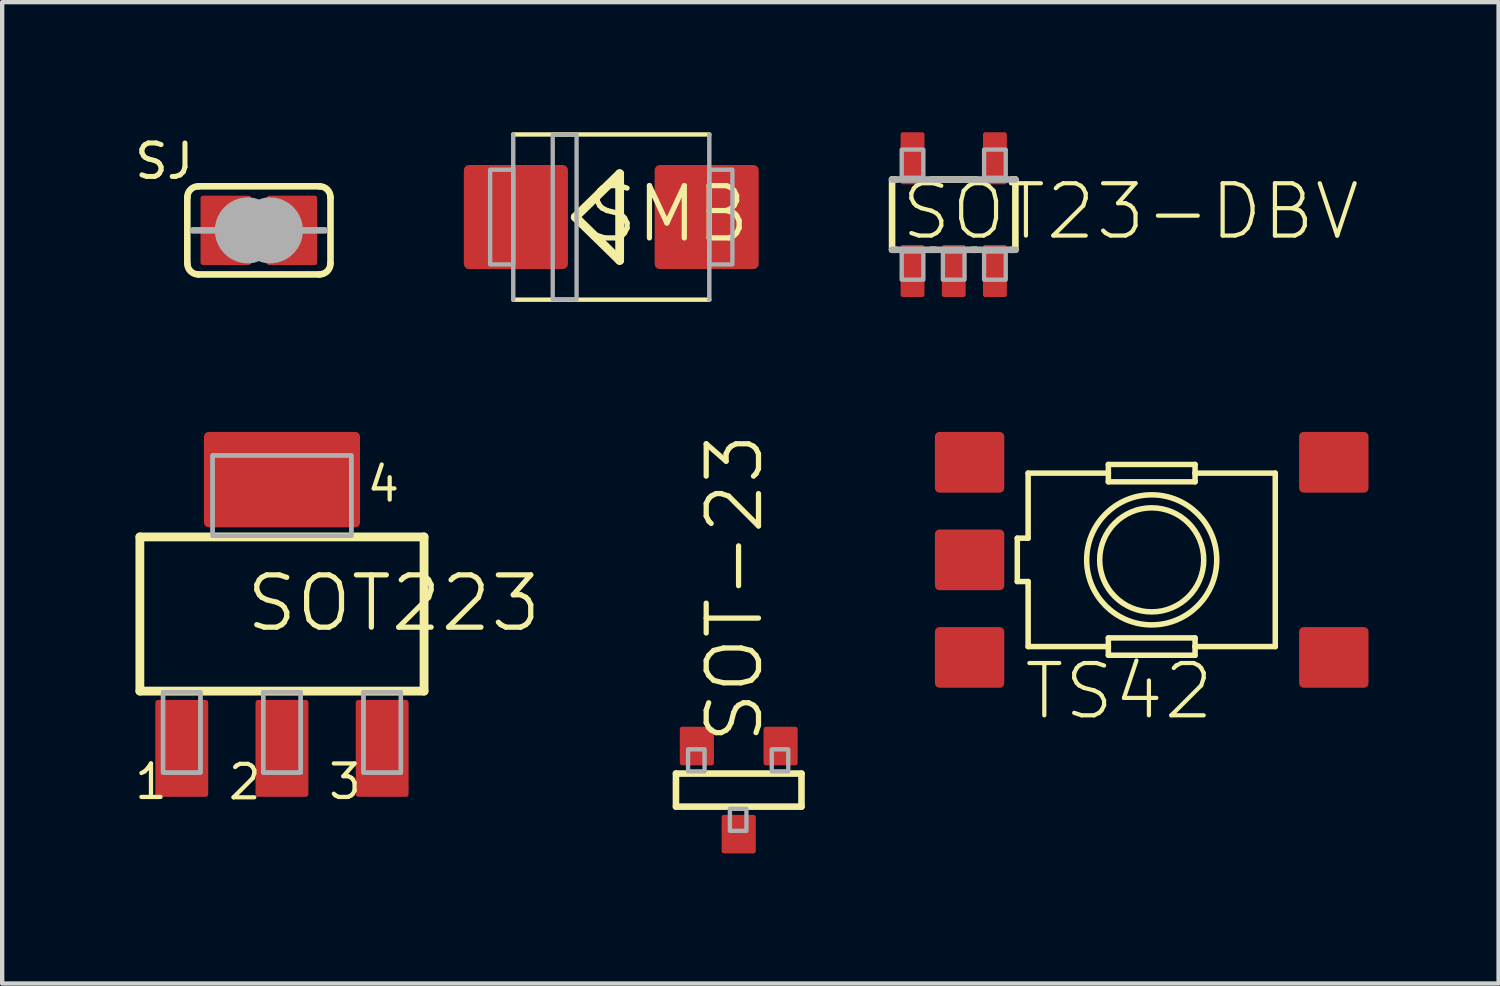
<source format=kicad_pcb>
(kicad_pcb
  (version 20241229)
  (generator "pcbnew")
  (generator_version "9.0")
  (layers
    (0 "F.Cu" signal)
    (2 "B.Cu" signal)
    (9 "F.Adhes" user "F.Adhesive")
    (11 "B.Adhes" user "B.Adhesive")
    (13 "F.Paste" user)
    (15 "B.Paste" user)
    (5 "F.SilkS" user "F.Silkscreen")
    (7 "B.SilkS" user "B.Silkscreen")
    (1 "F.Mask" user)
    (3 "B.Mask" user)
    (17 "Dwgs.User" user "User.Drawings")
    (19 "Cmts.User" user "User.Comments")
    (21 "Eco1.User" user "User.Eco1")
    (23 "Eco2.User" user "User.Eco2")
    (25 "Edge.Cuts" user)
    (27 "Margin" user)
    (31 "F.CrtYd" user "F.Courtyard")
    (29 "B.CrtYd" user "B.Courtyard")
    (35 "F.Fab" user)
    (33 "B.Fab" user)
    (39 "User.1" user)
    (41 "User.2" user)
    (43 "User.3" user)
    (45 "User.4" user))
  (footprint "TS42"
    (layer "F.Cu")
    (at 23.512 9.862)
    (property "Reference" "TS42" (at -3 3.738 0) (layer "F.SilkS") (effects (font (size 1.206 1.206) (thickness 0.097)) (justify left bottom)))
    (attr through_hole)
    (fp_line (start -3.1 -0.5) (end -3.1 0.5) (stroke (width 0.127) (type solid)) (layer "F.SilkS"))
    (fp_line (start -3.1 0.5) (end -2.85 0.5) (stroke (width 0.127) (type solid)) (layer "F.SilkS"))
    (fp_line (start -2.85 -2) (end -2.85 -0.5) (stroke (width 0.127) (type solid)) (layer "F.SilkS"))
    (fp_line (start -2.85 -2) (end -1 -2) (stroke (width 0.127) (type solid)) (layer "F.SilkS"))
    (fp_line (start -2.85 -0.5) (end -3.1 -0.5) (stroke (width 0.127) (type solid)) (layer "F.SilkS"))
    (fp_line (start -2.85 0.5) (end -2.85 2) (stroke (width 0.127) (type solid)) (layer "F.SilkS"))
    (fp_line (start -1 -2.2) (end -1 -2) (stroke (width 0.127) (type solid)) (layer "F.SilkS"))
    (fp_line (start -1 -2) (end -1 -1.8) (stroke (width 0.127) (type solid)) (layer "F.SilkS"))
    (fp_line (start -1 -1.8) (end 1 -1.8) (stroke (width 0.127) (type solid)) (layer "F.SilkS"))
    (fp_line (start -1 1.8) (end -1 2) (stroke (width 0.127) (type solid)) (layer "F.SilkS"))
    (fp_line (start -1 2) (end -2.85 2) (stroke (width 0.127) (type solid)) (layer "F.SilkS"))
    (fp_line (start -1 2) (end -1 2.2) (stroke (width 0.127) (type solid)) (layer "F.SilkS"))
    (fp_line (start -1 2.2) (end 1 2.2) (stroke (width 0.127) (type solid)) (layer "F.SilkS"))
    (fp_line (start 1 -2.2) (end -1 -2.2) (stroke (width 0.127) (type solid)) (layer "F.SilkS"))
    (fp_line (start 1 -2) (end 1 -2.2) (stroke (width 0.127) (type solid)) (layer "F.SilkS"))
    (fp_line (start 1 -2) (end 2.85 -2) (stroke (width 0.127) (type solid)) (layer "F.SilkS"))
    (fp_line (start 1 -1.8) (end 1 -2) (stroke (width 0.127) (type solid)) (layer "F.SilkS"))
    (fp_line (start 1 1.8) (end -1 1.8) (stroke (width 0.127) (type solid)) (layer "F.SilkS"))
    (fp_line (start 1 2) (end 1 1.8) (stroke (width 0.127) (type solid)) (layer "F.SilkS"))
    (fp_line (start 1 2) (end 2.85 2) (stroke (width 0.127) (type solid)) (layer "F.SilkS"))
    (fp_line (start 1 2.2) (end 1 2) (stroke (width 0.127) (type solid)) (layer "F.SilkS"))
    (fp_line (start 2.85 2) (end 2.85 -2) (stroke (width 0.127) (type solid)) (layer "F.SilkS"))
    (fp_circle (center 0 0) (end 1.2 0) (stroke (width 0.127) (type solid)) (fill no) (layer "F.SilkS"))
    (fp_circle (center 0 0) (end 1.5 0) (stroke (width 0.127) (type solid)) (fill no) (layer "F.SilkS"))
    (fp_poly (pts (xy -4.699 0.381) (xy -3.81 0.381) (xy -3.81 -0.381) (xy -4.699 -0.381)) (stroke (width 0) (type solid)) (fill yes) (layer "F.Paste"))
    (pad "1" smd roundrect (at -4.2 -2.25) (size 1.6 1.4) (layers "F.Cu" "F.Mask" "F.Paste") (roundrect_rratio 0.075))
    (pad "2" smd roundrect (at 4.2 -2.25) (size 1.6 1.4) (layers "F.Cu" "F.Mask" "F.Paste") (roundrect_rratio 0.075))
    (pad "3" smd roundrect (at -4.2 2.25) (size 1.6 1.4) (layers "F.Cu" "F.Mask" "F.Paste") (roundrect_rratio 0.075))
    (pad "4" smd roundrect (at 4.2 2.25) (size 1.6 1.4) (layers "F.Cu" "F.Mask" "F.Paste") (roundrect_rratio 0.075))
    (pad "5" smd roundrect (at -4.2 0) (size 1.6 1.4) (layers "F.Cu" "F.Mask") (roundrect_rratio 0.075)))
  (footprint "SMB"
    (layer "F.Cu")
    (at 11.048 1.956)
    (property "Reference" "SMB" (at -0.635 0.635 180) (layer "F.SilkS") (effects (font (size 1.206 1.206) (thickness 0.121)) (justify left bottom)))
    (attr through_hole)
    (fp_line (start -2.261 -1.905) (end 2.261 -1.905) (stroke (width 0.102) (type solid)) (layer "F.SilkS"))
    (fp_line (start -2.261 1.905) (end 2.261 1.905) (stroke (width 0.102) (type solid)) (layer "F.SilkS"))
    (fp_line (start -0.83 0) (end 0.193 1) (stroke (width 0.203) (type solid)) (layer "F.SilkS"))
    (fp_line (start 0.193 -1) (end -0.83 0) (stroke (width 0.203) (type solid)) (layer "F.SilkS"))
    (fp_line (start 0.193 1) (end 0.193 -1) (stroke (width 0.203) (type solid)) (layer "F.SilkS"))
    (fp_line (start -2.261 1.905) (end -2.261 -1.905) (stroke (width 0.102) (type solid)) (layer "F.Fab"))
    (fp_line (start 2.261 1.905) (end 2.261 -1.905) (stroke (width 0.102) (type solid)) (layer "F.Fab"))
    (fp_poly (pts (xy -2.794 1.092) (xy -2.261 1.092) (xy -2.261 -1.092) (xy -2.794 -1.092)) (stroke (width 0.1) (type solid)) (fill no) (layer "F.Fab"))
    (fp_poly (pts (xy -1.35 1.9) (xy -0.8 1.9) (xy -0.8 -1.9) (xy -1.35 -1.9)) (stroke (width 0.1) (type solid)) (fill no) (layer "F.Fab"))
    (fp_poly (pts (xy 2.261 1.092) (xy 2.794 1.092) (xy 2.794 -1.092) (xy 2.261 -1.092)) (stroke (width 0.1) (type solid)) (fill no) (layer "F.Fab"))
    (pad "A" smd roundrect (at 2.2 0) (size 2.4 2.4) (layers "F.Cu" "F.Mask" "F.Paste") (roundrect_rratio 0.05))
    (pad "C" smd roundrect (at -2.2 0) (size 2.4 2.4) (layers "F.Cu" "F.Mask" "F.Paste") (roundrect_rratio 0.05)))
  (footprint "SJ"
    (layer "F.Cu")
    (at 2.921 2.263)
    (property "Reference" "SJ" (at -2.921 -1.143 0) (layer "F.SilkS") (effects (font (size 0.772 0.772) (thickness 0.116)) (justify left bottom)))
    (attr through_hole)
    (fp_poly (pts (xy -0.076 0.914) (xy 0.076 0.914) (xy 0.076 -0.914) (xy -0.076 -0.914)) (stroke (width 0) (type solid)) (fill yes) (layer "F.Mask"))
    (fp_line (start -1.651 0.762) (end -1.651 -0.762) (stroke (width 0.152) (type solid)) (layer "F.SilkS"))
    (fp_line (start -1.397 -1.016) (end 1.397 -1.016) (stroke (width 0.152) (type solid)) (layer "F.SilkS"))
    (fp_line (start 1.397 1.016) (end -1.397 1.016) (stroke (width 0.152) (type solid)) (layer "F.SilkS"))
    (fp_line (start 1.651 0.762) (end 1.651 -0.762) (stroke (width 0.152) (type solid)) (layer "F.SilkS"))
    (fp_arc (start -1.651 -0.762) (mid -1.576605 -0.941605) (end -1.397 -1.016) (stroke (width 0.1524) (type solid)) (layer "F.SilkS"))
    (fp_arc (start -1.397 1.016) (mid -1.576605 0.941605) (end -1.651 0.762) (stroke (width 0.1524) (type solid)) (layer "F.SilkS"))
    (fp_arc (start 1.397 -1.016) (mid 1.576605 -0.941605) (end 1.651 -0.762) (stroke (width 0.1524) (type solid)) (layer "F.SilkS"))
    (fp_arc (start 1.651 0.762) (mid 1.576605 0.941605) (end 1.397 1.016) (stroke (width 0.1524) (type solid)) (layer "F.SilkS"))
    (fp_line (start -1.016 0) (end -1.524 0) (stroke (width 0.152) (type solid)) (layer "F.Fab"))
    (fp_line (start 1.016 0) (end 1.524 0) (stroke (width 0.152) (type solid)) (layer "F.Fab"))
    (fp_arc (start -0.254 0.127) (mid -0.381 0) (end -0.254 -0.127) (stroke (width 1.27) (type solid)) (layer "F.Fab"))
    (fp_arc (start 0.254 -0.127) (mid 0.381 0) (end 0.254 0.127) (stroke (width 1.27) (type solid)) (layer "F.Fab"))
    (pad "1" smd roundrect (at -0.762 0) (size 1.168 1.6) (layers "F.Cu" "F.Mask" "F.Paste") (roundrect_rratio 0.05))
    (pad "2" smd roundrect (at 0.762 0) (size 1.168 1.6) (layers "F.Cu" "F.Mask" "F.Paste") (roundrect_rratio 0.05)))
  (footprint "SOT223"
    (layer "F.Cu")
    (at 3.453 11.111)
    (property "Reference" "SOT223" (at -0.889 0.457 0) (layer "F.SilkS") (effects (font (size 1.206 1.206) (thickness 0.121)) (justify left bottom)))
    (attr through_hole)
    (fp_line (start -3.277 -1.778) (end 3.277 -1.778) (stroke (width 0.203) (type solid)) (layer "F.SilkS"))
    (fp_line (start -3.277 1.778) (end -3.277 -1.778) (stroke (width 0.203) (type solid)) (layer "F.SilkS"))
    (fp_line (start 3.277 -1.778) (end 3.277 1.778) (stroke (width 0.203) (type solid)) (layer "F.SilkS"))
    (fp_line (start 3.277 1.778) (end -3.277 1.778) (stroke (width 0.203) (type solid)) (layer "F.SilkS"))
    (fp_poly (pts (xy -2.743 3.658) (xy -1.88 3.658) (xy -1.88 1.803) (xy -2.743 1.803)) (stroke (width 0.1) (type solid)) (fill no) (layer "F.Fab"))
    (fp_poly (pts (xy -2.743 3.658) (xy -1.88 3.658) (xy -1.88 1.803) (xy -2.743 1.803)) (stroke (width 0.1) (type solid)) (fill no) (layer "F.Fab"))
    (fp_poly (pts (xy -1.6 -1.803) (xy 1.6 -1.803) (xy 1.6 -3.658) (xy -1.6 -3.658)) (stroke (width 0.1) (type solid)) (fill no) (layer "F.Fab"))
    (fp_poly (pts (xy -1.6 -1.803) (xy 1.6 -1.803) (xy 1.6 -3.658) (xy -1.6 -3.658)) (stroke (width 0.1) (type solid)) (fill no) (layer "F.Fab"))
    (fp_poly (pts (xy -0.432 3.658) (xy 0.432 3.658) (xy 0.432 1.803) (xy -0.432 1.803)) (stroke (width 0.1) (type solid)) (fill no) (layer "F.Fab"))
    (fp_poly (pts (xy -0.432 3.658) (xy 0.432 3.658) (xy 0.432 1.803) (xy -0.432 1.803)) (stroke (width 0.1) (type solid)) (fill no) (layer "F.Fab"))
    (fp_poly (pts (xy 1.88 3.658) (xy 2.743 3.658) (xy 2.743 1.803) (xy 1.88 1.803)) (stroke (width 0.1) (type solid)) (fill no) (layer "F.Fab"))
    (fp_poly (pts (xy 1.88 3.658) (xy 2.743 3.658) (xy 2.743 1.803) (xy 1.88 1.803)) (stroke (width 0.1) (type solid)) (fill no) (layer "F.Fab"))
    (fp_text user "3" (at 1.021 4.318 0) (layer "F.SilkS") (effects (font (size 0.772 0.772) (thickness 0.098)) (justify left bottom)))
    (fp_text user "1" (at -3.453 4.318 0) (layer "F.SilkS") (effects (font (size 0.772 0.772) (thickness 0.098)) (justify left bottom)))
    (fp_text user "2" (at -1.291 4.327 0) (layer "F.SilkS") (effects (font (size 0.772 0.772) (thickness 0.098)) (justify left bottom)))
    (fp_text user "4" (at 1.905 -2.54 0) (layer "F.SilkS") (effects (font (size 0.772 0.772) (thickness 0.098)) (justify left bottom)))
    (pad "1" smd roundrect (at -2.311 3.099) (size 1.219 2.235) (layers "F.Cu" "F.Mask" "F.Paste") (roundrect_rratio 0.05))
    (pad "2" smd roundrect (at 0 3.099) (size 1.219 2.235) (layers "F.Cu" "F.Mask" "F.Paste") (roundrect_rratio 0.05))
    (pad "3" smd roundrect (at 2.311 3.099) (size 1.219 2.235) (layers "F.Cu" "F.Mask" "F.Paste") (roundrect_rratio 0.05))
    (pad "4" smd roundrect (at 0 -3.099) (size 3.6 2.2) (layers "F.Cu" "F.Mask" "F.Paste") (roundrect_rratio 0.05)))
  (footprint "SOT23-DBV"
    (layer "F.Cu")
    (at 18.946 1.9)
    (property "Reference" "SOT23-DBV" (at -1.27 0.635 180) (layer "F.SilkS") (effects (font (size 1.206 1.206) (thickness 0.097)) (justify left bottom)))
    (attr through_hole)
    (fp_line (start -1.422 -0.81) (end -1.328 -0.81) (stroke (width 0.152) (type solid)) (layer "F.SilkS"))
    (fp_line (start -1.422 0.81) (end -1.422 -0.81) (stroke (width 0.152) (type solid)) (layer "F.SilkS"))
    (fp_line (start -1.328 0.81) (end -1.422 0.81) (stroke (width 0.152) (type solid)) (layer "F.SilkS"))
    (fp_line (start -0.522 -0.81) (end 0.522 -0.81) (stroke (width 0.152) (type solid)) (layer "F.SilkS"))
    (fp_line (start -0.428 0.81) (end -0.522 0.81) (stroke (width 0.152) (type solid)) (layer "F.SilkS"))
    (fp_line (start 0.522 0.81) (end 0.428 0.81) (stroke (width 0.152) (type solid)) (layer "F.SilkS"))
    (fp_line (start 1.328 -0.81) (end 1.422 -0.81) (stroke (width 0.152) (type solid)) (layer "F.SilkS"))
    (fp_line (start 1.422 -0.81) (end 1.422 0.81) (stroke (width 0.152) (type solid)) (layer "F.SilkS"))
    (fp_line (start 1.422 0.81) (end 1.328 0.81) (stroke (width 0.152) (type solid)) (layer "F.SilkS"))
    (fp_line (start -1.422 -0.81) (end 1.422 -0.81) (stroke (width 0.152) (type solid)) (layer "F.Fab"))
    (fp_line (start 1.422 0.81) (end -1.422 0.81) (stroke (width 0.152) (type solid)) (layer "F.Fab"))
    (fp_poly (pts (xy -1.2 -0.85) (xy -0.7 -0.85) (xy -0.7 -1.5) (xy -1.2 -1.5)) (stroke (width 0.1) (type solid)) (fill no) (layer "F.Fab"))
    (fp_poly (pts (xy -1.2 1.5) (xy -0.7 1.5) (xy -0.7 0.85) (xy -1.2 0.85)) (stroke (width 0.1) (type solid)) (fill no) (layer "F.Fab"))
    (fp_poly (pts (xy -0.25 1.5) (xy 0.25 1.5) (xy 0.25 0.85) (xy -0.25 0.85)) (stroke (width 0.1) (type solid)) (fill no) (layer "F.Fab"))
    (fp_poly (pts (xy 0.7 -0.85) (xy 1.2 -0.85) (xy 1.2 -1.5) (xy 0.7 -1.5)) (stroke (width 0.1) (type solid)) (fill no) (layer "F.Fab"))
    (fp_poly (pts (xy 0.7 1.5) (xy 1.2 1.5) (xy 1.2 0.85) (xy 0.7 0.85)) (stroke (width 0.1) (type solid)) (fill no) (layer "F.Fab"))
    (pad "1" smd roundrect (at -0.95 1.3) (size 0.55 1.2) (layers "F.Cu" "F.Mask" "F.Paste") (roundrect_rratio 0.092))
    (pad "2" smd roundrect (at 0 1.3) (size 0.55 1.2) (layers "F.Cu" "F.Mask" "F.Paste") (roundrect_rratio 0.092))
    (pad "3" smd roundrect (at 0.95 1.3) (size 0.55 1.2) (layers "F.Cu" "F.Mask" "F.Paste") (roundrect_rratio 0.092))
    (pad "4" smd roundrect (at 0.95 -1.3) (size 0.55 1.2) (layers "F.Cu" "F.Mask" "F.Paste") (roundrect_rratio 0.092))
    (pad "5" smd roundrect (at -0.95 -1.3) (size 0.55 1.2) (layers "F.Cu" "F.Mask" "F.Paste") (roundrect_rratio 0.092)))
  (footprint "SOT-23"
    (layer "F.Cu")
    (at 13.962 15.172)
    (property "Reference" "SOT-23" (at 0.635 -1.016 90) (layer "F.SilkS") (effects (font (size 1.206 1.206) (thickness 0.121)) (justify left bottom)))
    (attr through_hole)
    (fp_line (start -1.422 -0.381) (end 1.473 -0.381) (stroke (width 0.152) (type solid)) (layer "F.SilkS"))
    (fp_line (start -1.422 0.381) (end -1.422 -0.381) (stroke (width 0.152) (type solid)) (layer "F.SilkS"))
    (fp_line (start 1.473 -0.381) (end 1.473 0.381) (stroke (width 0.152) (type solid)) (layer "F.SilkS"))
    (fp_line (start 1.473 0.381) (end -1.422 0.381) (stroke (width 0.152) (type solid)) (layer "F.SilkS"))
    (fp_poly (pts (xy -1.143 -0.432) (xy -0.762 -0.432) (xy -0.762 -0.94) (xy -1.143 -0.94)) (stroke (width 0.1) (type solid)) (fill no) (layer "F.Fab"))
    (fp_poly (pts (xy -0.178 0.94) (xy 0.203 0.94) (xy 0.203 0.432) (xy -0.178 0.432)) (stroke (width 0.1) (type solid)) (fill no) (layer "F.Fab"))
    (fp_poly (pts (xy 0.787 -0.432) (xy 1.168 -0.432) (xy 1.168 -0.94) (xy 0.787 -0.94)) (stroke (width 0.1) (type solid)) (fill no) (layer "F.Fab"))
    (pad "1" smd roundrect (at 0.025 1.016) (size 0.787 0.889) (layers "F.Cu" "F.Mask" "F.Paste") (roundrect_rratio 0.065))
    (pad "2" smd roundrect (at -0.94 -1.016) (size 0.787 0.889) (layers "F.Cu" "F.Mask" "F.Paste") (roundrect_rratio 0.065))
    (pad "3" smd roundrect (at 0.991 -1.016) (size 0.787 0.889) (layers "F.Cu" "F.Mask" "F.Paste") (roundrect_rratio 0.065)))
  (gr_rect
    (start -3 -3)
    (end 31.512 19.633)
    (stroke (width 0.1) (type default))
    (fill no)
    (layer "Edge.Cuts")))
</source>
